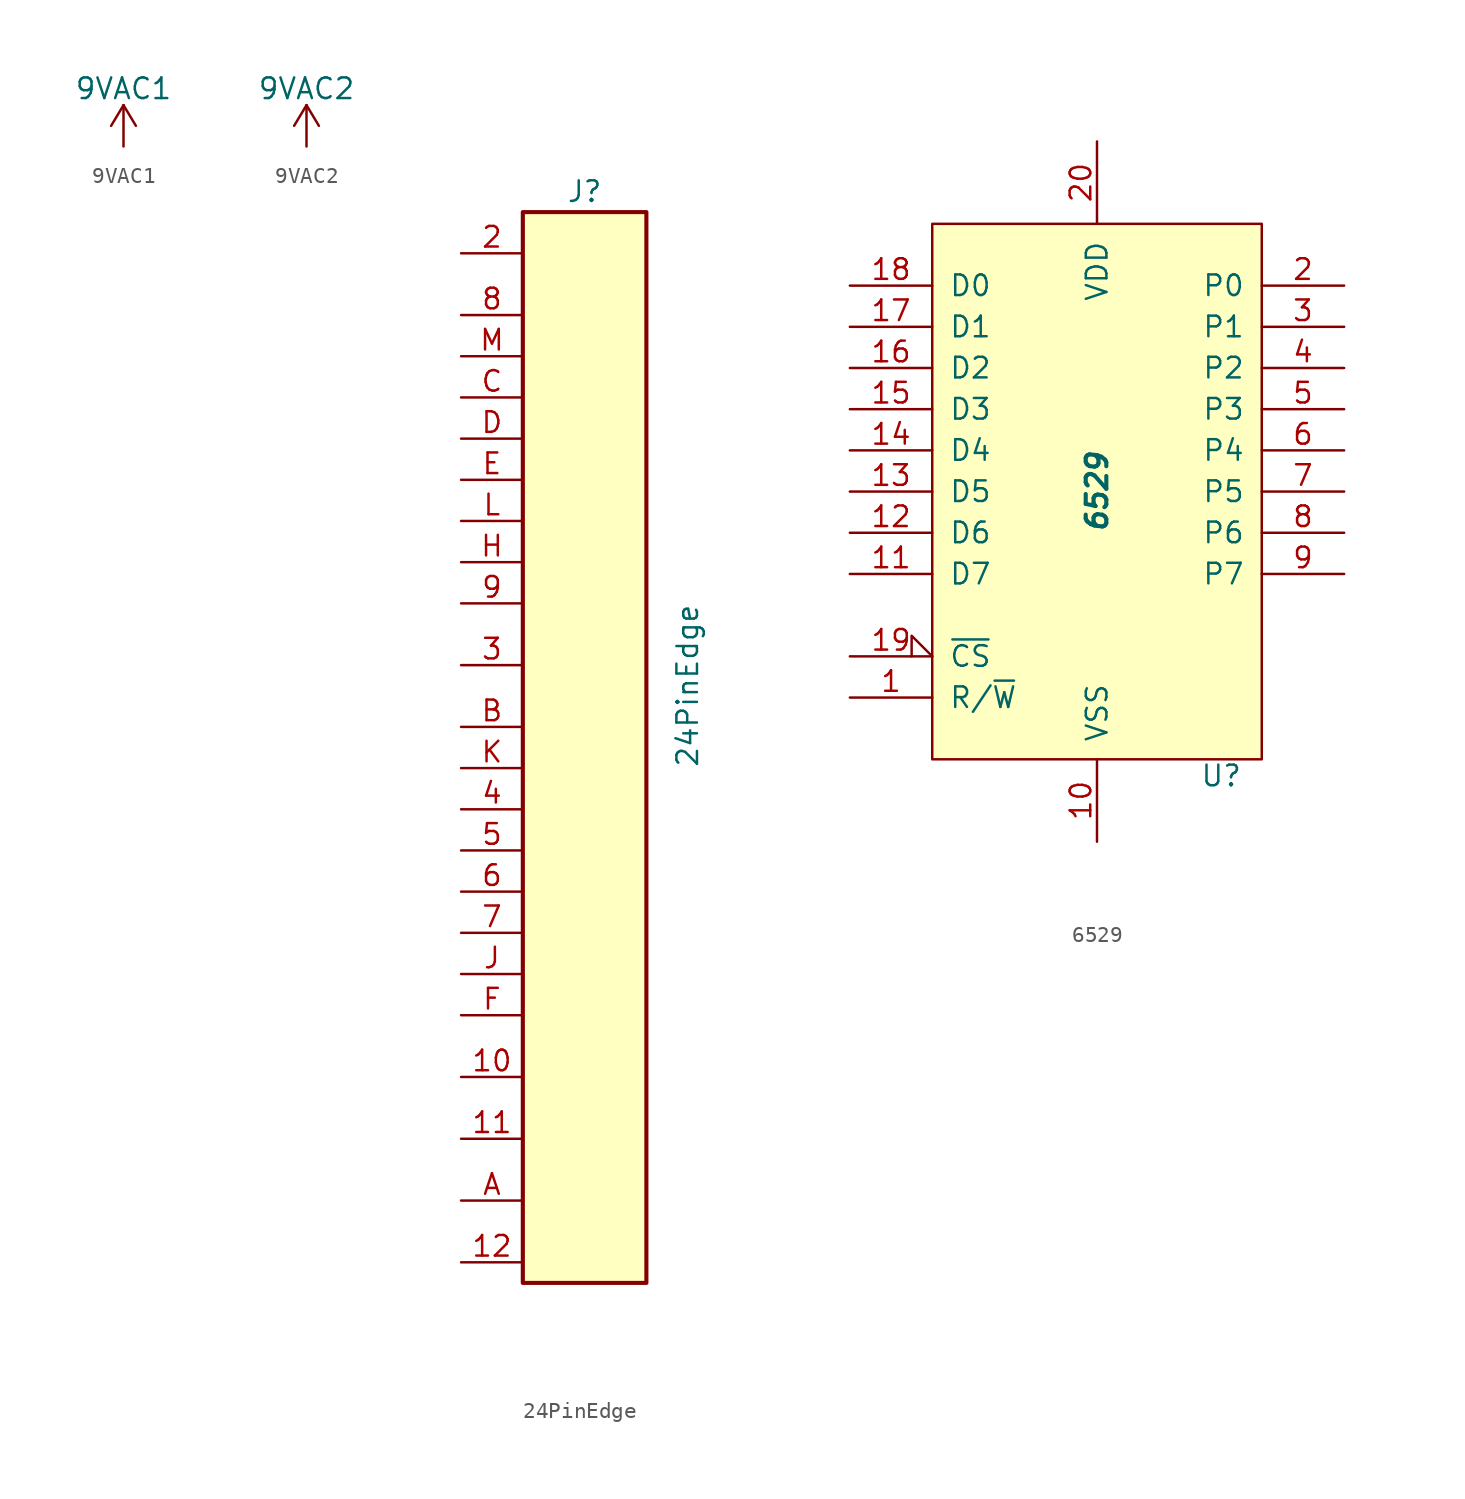
<source format=kicad_sym>
(kicad_symbol_lib
  (version 20231120)
  (generator "kicad_symbol_editor")
  (generator_version "8.0")
  (symbol "9VAC1"
    (power)
    (pin_names
      (offset 0))
    (property "Reference" "#PWR"
      (at 0 -3.81 0)
      (effects (font (size 1.27 1.27)) (hide yes)))
    (property "Value" "9VAC1"
      (at 0 3.556 0)
      (effects (font (size 1.27 1.27))))
    (symbol "9VAC1_0_1"
      (polyline (pts (xy -0.762 1.27) (xy 0 2.54)) (stroke (width 0) (type solid)) (fill (type none)))
      (polyline (pts (xy 0 0) (xy 0 2.54)) (stroke (width 0) (type solid)) (fill (type none)))
      (polyline (pts (xy 0 2.54) (xy 0.762 1.27)) (stroke (width 0) (type solid)) (fill (type none))))
    (symbol "9VAC1_1_1"
      (pin power_in line (at 0 0 90) (length 0) hide (name "9VAC1" (effects (font (size 1.27 1.27)))) (number "1" (effects (font (size 1.27 1.27)))))))
  (symbol "9VAC2"
    (power)
    (pin_names
      (offset 0))
    (property "Reference" "#PWR"
      (at 0 -3.81 0)
      (effects (font (size 1.27 1.27)) (hide yes)))
    (property "Value" "9VAC2"
      (at 0 3.556 0)
      (effects (font (size 1.27 1.27))))
    (symbol "9VAC2_0_1"
      (polyline (pts (xy -0.762 1.27) (xy 0 2.54)) (stroke (width 0) (type solid)) (fill (type none)))
      (polyline (pts (xy 0 0) (xy 0 2.54)) (stroke (width 0) (type solid)) (fill (type none)))
      (polyline (pts (xy 0 2.54) (xy 0.762 1.27)) (stroke (width 0) (type solid)) (fill (type none))))
    (symbol "9VAC2_1_1"
      (pin power_in line (at 0 0 90) (length 0) hide (name "9VAC2" (effects (font (size 1.27 1.27)))) (number "1" (effects (font (size 1.27 1.27)))))))
  (symbol "24PinEdge"
    (property "Reference" "J"
      (at 0 31.75 0)
      (effects (font (size 1.27 1.27))))
    (property "Value" "24PinEdge"
      (at 6.35 1.27 90)
      (effects (font (size 1.27 1.27))))
    (symbol "24PinEdge_0_1"
      (rectangle (start -3.81 -35.56) (end 3.81 30.48) (stroke (width 0.254) (type solid)) (fill (type background))))
    (symbol "24PinEdge_1_1"
      (pin passive line (at -7.62 -22.86 0) (length 3.81) (name "~" (effects (font (size 1.27 1.27)))) (number "10" (effects (font (size 1.27 1.27)))))
      (pin passive line (at -7.62 -26.67 0) (length 3.81) (name "~" (effects (font (size 1.27 1.27)))) (number "11" (effects (font (size 1.27 1.27)))))
      (pin power_out line (at -7.62 -34.29 0) (length 3.81) (name "~" (effects (font (size 1.27 1.27)))) (number "12" (effects (font (size 1.27 1.27)))))
      (pin power_out line (at -7.62 27.94 0) (length 3.81) (name "~" (effects (font (size 1.27 1.27)))) (number "2" (effects (font (size 1.27 1.27)))))
      (pin passive line (at -7.62 2.54 0) (length 3.81) (name "~" (effects (font (size 1.27 1.27)))) (number "3" (effects (font (size 1.27 1.27)))))
      (pin passive line (at -7.62 -6.35 0) (length 3.81) (name "~" (effects (font (size 1.27 1.27)))) (number "4" (effects (font (size 1.27 1.27)))))
      (pin passive line (at -7.62 -8.89 0) (length 3.81) (name "~" (effects (font (size 1.27 1.27)))) (number "5" (effects (font (size 1.27 1.27)))))
      (pin passive line (at -7.62 -11.43 0) (length 3.81) (name "~" (effects (font (size 1.27 1.27)))) (number "6" (effects (font (size 1.27 1.27)))))
      (pin passive line (at -7.62 -13.97 0) (length 3.81) (name "~" (effects (font (size 1.27 1.27)))) (number "7" (effects (font (size 1.27 1.27)))))
      (pin passive line (at -7.62 24.13 0) (length 3.81) (name "~" (effects (font (size 1.27 1.27)))) (number "8" (effects (font (size 1.27 1.27)))))
      (pin passive line (at -7.62 6.35 0) (length 3.81) (name "~" (effects (font (size 1.27 1.27)))) (number "9" (effects (font (size 1.27 1.27)))))
      (pin power_out line (at -7.62 -30.48 0) (length 3.81) (name "~" (effects (font (size 1.27 1.27)))) (number "A" (effects (font (size 1.27 1.27)))))
      (pin passive line (at -7.62 -1.27 0) (length 3.81) (name "~" (effects (font (size 1.27 1.27)))) (number "B" (effects (font (size 1.27 1.27)))))
      (pin passive line (at -7.62 19.05 0) (length 3.81) (name "~" (effects (font (size 1.27 1.27)))) (number "C" (effects (font (size 1.27 1.27)))))
      (pin passive line (at -7.62 16.51 0) (length 3.81) (name "~" (effects (font (size 1.27 1.27)))) (number "D" (effects (font (size 1.27 1.27)))))
      (pin passive line (at -7.62 13.97 0) (length 3.81) (name "~" (effects (font (size 1.27 1.27)))) (number "E" (effects (font (size 1.27 1.27)))))
      (pin passive line (at -7.62 -19.05 0) (length 3.81) (name "~" (effects (font (size 1.27 1.27)))) (number "F" (effects (font (size 1.27 1.27)))))
      (pin passive line (at -7.62 8.89 0) (length 3.81) (name "~" (effects (font (size 1.27 1.27)))) (number "H" (effects (font (size 1.27 1.27)))))
      (pin passive line (at -7.62 -16.51 0) (length 3.81) (name "~" (effects (font (size 1.27 1.27)))) (number "J" (effects (font (size 1.27 1.27)))))
      (pin passive line (at -7.62 -3.81 0) (length 3.81) (name "~" (effects (font (size 1.27 1.27)))) (number "K" (effects (font (size 1.27 1.27)))))
      (pin passive line (at -7.62 11.43 0) (length 3.81) (name "~" (effects (font (size 1.27 1.27)))) (number "L" (effects (font (size 1.27 1.27)))))
      (pin passive line (at -7.62 21.59 0) (length 3.81) (name "~" (effects (font (size 1.27 1.27)))) (number "M" (effects (font (size 1.27 1.27)))))))
  (symbol "6529"
    (pin_names
      (offset 1.016))
    (property "Reference" "U"
      (at 6.35 -17.526 0)
      (effects (font (size 1.27 1.27)) (justify left)))
    (property "Value" "6529"
      (at 0 0 90)
      (effects (font (size 1.27 1.27) (bold yes) (italic yes))))
    (symbol "6529_0_1"
      (rectangle (start -10.16 16.51) (end 10.16 -16.51) (stroke (width 0) (type solid)) (fill (type background))))
    (symbol "6529_1_1"
      (pin input line (at -15.24 -12.7 0) (length 5.08) (name "R/~{W}" (effects (font (size 1.27 1.27)))) (number "1" (effects (font (size 1.27 1.27)))))
      (pin power_in line (at 0 -21.59 90) (length 5.08) (name "VSS" (effects (font (size 1.27 1.27)))) (number "10" (effects (font (size 1.27 1.27)))))
      (pin bidirectional line (at -15.24 -5.08 0) (length 5.08) (name "D7" (effects (font (size 1.27 1.27)))) (number "11" (effects (font (size 1.27 1.27)))))
      (pin bidirectional line (at -15.24 -2.54 0) (length 5.08) (name "D6" (effects (font (size 1.27 1.27)))) (number "12" (effects (font (size 1.27 1.27)))))
      (pin bidirectional line (at -15.24 0 0) (length 5.08) (name "D5" (effects (font (size 1.27 1.27)))) (number "13" (effects (font (size 1.27 1.27)))))
      (pin bidirectional line (at -15.24 2.54 0) (length 5.08) (name "D4" (effects (font (size 1.27 1.27)))) (number "14" (effects (font (size 1.27 1.27)))))
      (pin bidirectional line (at -15.24 5.08 0) (length 5.08) (name "D3" (effects (font (size 1.27 1.27)))) (number "15" (effects (font (size 1.27 1.27)))))
      (pin bidirectional line (at -15.24 7.62 0) (length 5.08) (name "D2" (effects (font (size 1.27 1.27)))) (number "16" (effects (font (size 1.27 1.27)))))
      (pin bidirectional line (at -15.24 10.16 0) (length 5.08) (name "D1" (effects (font (size 1.27 1.27)))) (number "17" (effects (font (size 1.27 1.27)))))
      (pin bidirectional line (at -15.24 12.7 0) (length 5.08) (name "D0" (effects (font (size 1.27 1.27)))) (number "18" (effects (font (size 1.27 1.27)))))
      (pin input input_low (at -15.24 -10.16 0) (length 5.08) (name "~{CS}" (effects (font (size 1.27 1.27)))) (number "19" (effects (font (size 1.27 1.27)))))
      (pin bidirectional line (at 15.24 12.7 180) (length 5.08) (name "P0" (effects (font (size 1.27 1.27)))) (number "2" (effects (font (size 1.27 1.27)))))
      (pin power_in line (at 0 21.59 270) (length 5.08) (name "VDD" (effects (font (size 1.27 1.27)))) (number "20" (effects (font (size 1.27 1.27)))))
      (pin bidirectional line (at 15.24 10.16 180) (length 5.08) (name "P1" (effects (font (size 1.27 1.27)))) (number "3" (effects (font (size 1.27 1.27)))))
      (pin bidirectional line (at 15.24 7.62 180) (length 5.08) (name "P2" (effects (font (size 1.27 1.27)))) (number "4" (effects (font (size 1.27 1.27)))))
      (pin bidirectional line (at 15.24 5.08 180) (length 5.08) (name "P3" (effects (font (size 1.27 1.27)))) (number "5" (effects (font (size 1.27 1.27)))))
      (pin bidirectional line (at 15.24 2.54 180) (length 5.08) (name "P4" (effects (font (size 1.27 1.27)))) (number "6" (effects (font (size 1.27 1.27)))))
      (pin bidirectional line (at 15.24 0 180) (length 5.08) (name "P5" (effects (font (size 1.27 1.27)))) (number "7" (effects (font (size 1.27 1.27)))))
      (pin bidirectional line (at 15.24 -2.54 180) (length 5.08) (name "P6" (effects (font (size 1.27 1.27)))) (number "8" (effects (font (size 1.27 1.27)))))
      (pin bidirectional line (at 15.24 -5.08 180) (length 5.08) (name "P7" (effects (font (size 1.27 1.27)))) (number "9" (effects (font (size 1.27 1.27))))))))
</source>
